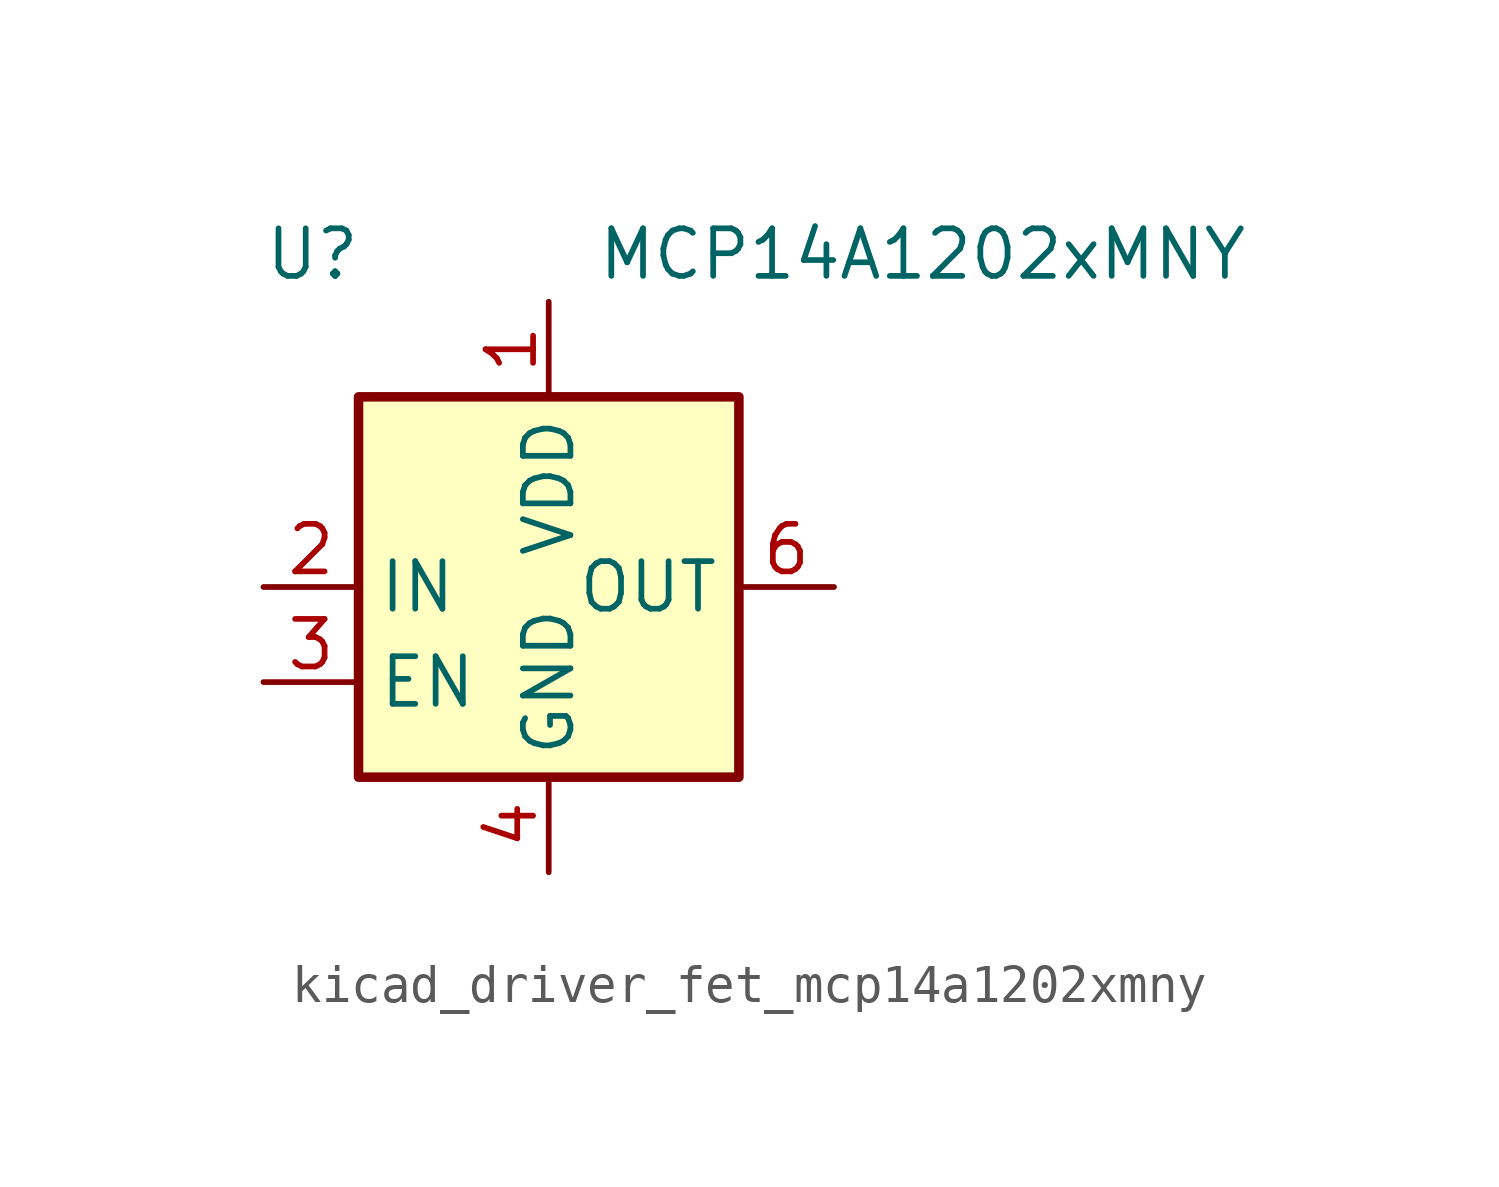
<source format=kicad_sym>
(kicad_symbol_lib
  (version 20220914)
  (generator kicad_symbol_editor)
  (symbol "kicad_driver_fet_mcp14a1202xmny"
    (property "Reference" "U"
      (at -7.62 8.89 0)
      (effects (font (size 1.27 1.27)) (justify left)))
    (property "Value" "MCP14A1202xMNY"
      (at 1.27 8.89 0)
      (effects (font (size 1.27 1.27)) (justify left)))
    (symbol "kicad_driver_fet_mcp14a1202xmny_1_1"
      (rectangle (start -5.08 -5.08) (end 5.08 5.08) (stroke (width 0.254) (type default)) (fill (type background)))
      (pin power_in line (at 0 7.62 270) (length 2.54) (name "VDD" (effects (font (size 1.27 1.27)))) (number "1" (effects (font (size 1.27 1.27)))))
      (pin input line (at -7.62 0 0) (length 2.54) (name "IN" (effects (font (size 1.27 1.27)))) (number "2" (effects (font (size 1.27 1.27)))))
      (pin input line (at -7.62 -2.54 0) (length 2.54) (name "EN" (effects (font (size 1.27 1.27)))) (number "3" (effects (font (size 1.27 1.27)))))
      (pin power_in line (at 0 -7.62 90) (length 2.54) (name "GND" (effects (font (size 1.27 1.27)))) (number "4" (effects (font (size 1.27 1.27)))))
      (pin passive line (at 0 -7.62 90) (length 2.54) hide (name "GND" (effects (font (size 1.27 1.27)))) (number "5" (effects (font (size 1.27 1.27)))))
      (pin output line (at 7.62 0 180) (length 2.54) (name "OUT" (effects (font (size 1.27 1.27)))) (number "6" (effects (font (size 1.27 1.27)))))
      (pin passive line (at 7.62 0 180) (length 2.54) hide (name "OUT" (effects (font (size 1.27 1.27)))) (number "7" (effects (font (size 1.27 1.27)))))
      (pin passive line (at 0 7.62 270) (length 2.54) hide (name "VDD" (effects (font (size 1.27 1.27)))) (number "8" (effects (font (size 1.27 1.27)))))
      (pin passive line (at 0 -7.62 90) (length 2.54) hide (name "GND" (effects (font (size 1.27 1.27)))) (number "9" (effects (font (size 1.27 1.27))))))))
</source>
